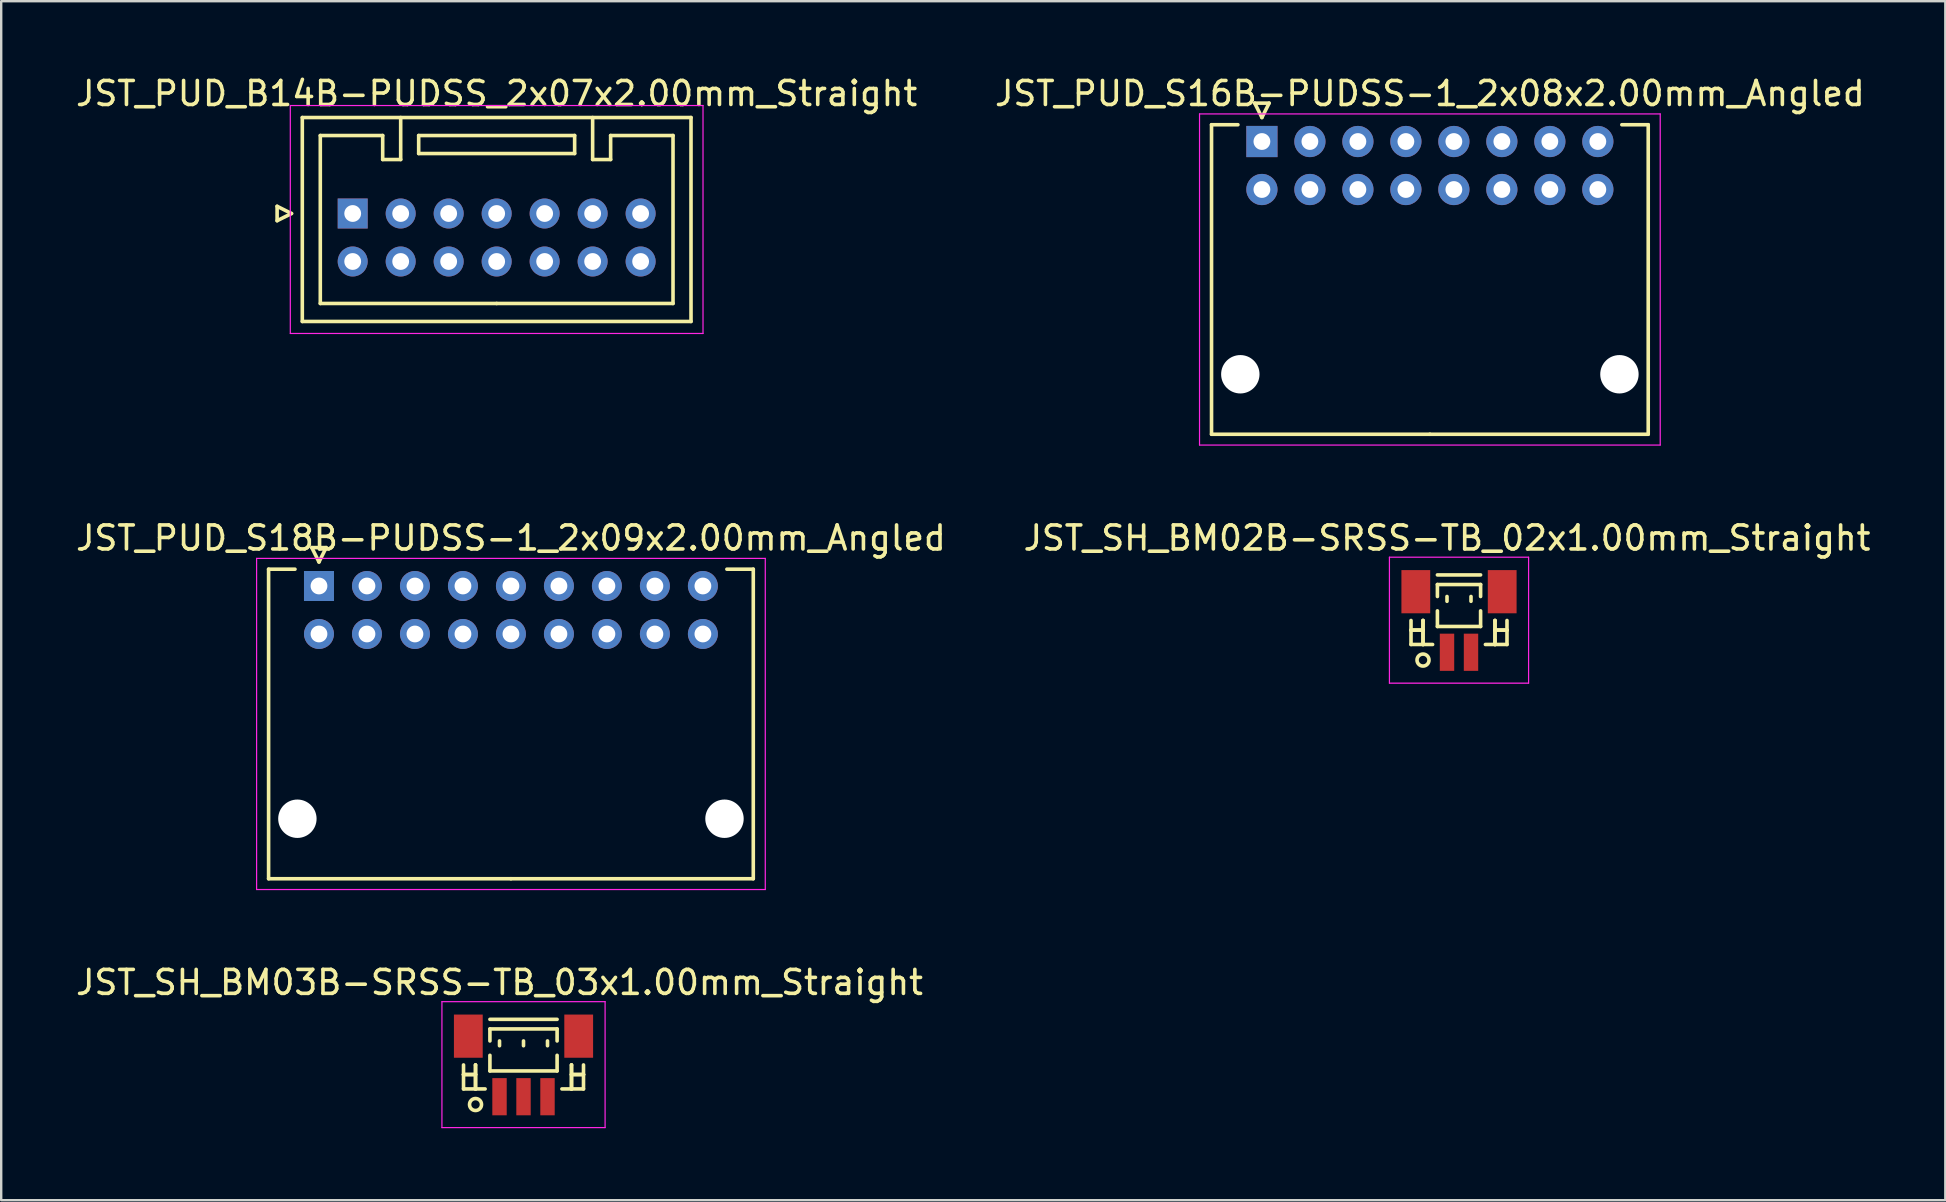
<source format=kicad_pcb>
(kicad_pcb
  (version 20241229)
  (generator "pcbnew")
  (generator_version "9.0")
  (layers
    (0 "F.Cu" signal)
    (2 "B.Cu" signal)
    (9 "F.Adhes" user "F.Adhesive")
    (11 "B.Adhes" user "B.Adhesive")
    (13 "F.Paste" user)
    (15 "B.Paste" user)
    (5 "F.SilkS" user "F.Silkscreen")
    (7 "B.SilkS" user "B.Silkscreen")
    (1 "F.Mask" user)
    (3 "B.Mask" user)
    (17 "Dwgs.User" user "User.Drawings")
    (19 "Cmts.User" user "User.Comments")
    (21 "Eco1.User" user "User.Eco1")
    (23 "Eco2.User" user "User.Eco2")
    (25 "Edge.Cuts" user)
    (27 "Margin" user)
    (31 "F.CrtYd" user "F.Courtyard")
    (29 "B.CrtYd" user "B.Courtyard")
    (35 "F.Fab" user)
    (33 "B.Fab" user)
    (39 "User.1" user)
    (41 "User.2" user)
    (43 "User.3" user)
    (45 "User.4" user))
  (footprint "JST_SH_BM03B-SRSS-TB_03x1.00mm_Straight"
    (layer "F.Cu")
    (at 18.768 41.395)
    (property "Reference" "JST_SH_BM03B-SRSS-TB_03x1.00mm_Straight" (at -1 -3.5 0) (layer "F.SilkS") (effects (font (size 1 1) (thickness 0.15))))
    (attr smd)
    (fp_line (start -2.5 -0.062) (end -2.5 0.938) (stroke (width 0.15) (type solid)) (layer "F.SilkS"))
    (fp_line (start -2.5 0.338) (end -2.5 0.338) (stroke (width 0.15) (type solid)) (layer "F.SilkS"))
    (fp_line (start -2.5 0.338) (end -2 0.338) (stroke (width 0.15) (type solid)) (layer "F.SilkS"))
    (fp_line (start -2.5 0.938) (end -1.6 0.938) (stroke (width 0.15) (type solid)) (layer "F.SilkS"))
    (fp_line (start -2 -0.062) (end -2 -0.062) (stroke (width 0.15) (type solid)) (layer "F.SilkS"))
    (fp_line (start -2 -0.062) (end -2 0.938) (stroke (width 0.15) (type solid)) (layer "F.SilkS"))
    (fp_line (start -2 0.338) (end -2.5 0.338) (stroke (width 0.15) (type solid)) (layer "F.SilkS"))
    (fp_line (start -2 0.338) (end -2 0.338) (stroke (width 0.15) (type solid)) (layer "F.SilkS"))
    (fp_line (start -2 0.938) (end -2 -0.062) (stroke (width 0.15) (type solid)) (layer "F.SilkS"))
    (fp_line (start -2 0.938) (end -2 0.938) (stroke (width 0.15) (type solid)) (layer "F.SilkS"))
    (fp_line (start -1.4 -1.962) (end 1.4 -1.962) (stroke (width 0.15) (type solid)) (layer "F.SilkS"))
    (fp_line (start -1.4 -1.562) (end 1.4 -1.562) (stroke (width 0.15) (type solid)) (layer "F.SilkS"))
    (fp_line (start -1.4 -1.062) (end -1.4 -1.562) (stroke (width 0.15) (type solid)) (layer "F.SilkS"))
    (fp_line (start -1.4 -0.463) (end -1.4 0.188) (stroke (width 0.15) (type solid)) (layer "F.SilkS"))
    (fp_line (start -1.4 0.188) (end 1.4 0.188) (stroke (width 0.15) (type solid)) (layer "F.SilkS"))
    (fp_line (start -1 -1.062) (end -1 -0.863) (stroke (width 0.15) (type solid)) (layer "F.SilkS"))
    (fp_line (start 0 -1.062) (end 0 -0.863) (stroke (width 0.15) (type solid)) (layer "F.SilkS"))
    (fp_line (start 1 -1.062) (end 1 -0.863) (stroke (width 0.15) (type solid)) (layer "F.SilkS"))
    (fp_line (start 1.4 -1.562) (end 1.4 -1.062) (stroke (width 0.15) (type solid)) (layer "F.SilkS"))
    (fp_line (start 1.4 0.188) (end 1.4 -0.463) (stroke (width 0.15) (type solid)) (layer "F.SilkS"))
    (fp_line (start 2 -0.062) (end 2 -0.062) (stroke (width 0.15) (type solid)) (layer "F.SilkS"))
    (fp_line (start 2 -0.062) (end 2 0.938) (stroke (width 0.15) (type solid)) (layer "F.SilkS"))
    (fp_line (start 2 0.338) (end 2 0.338) (stroke (width 0.15) (type solid)) (layer "F.SilkS"))
    (fp_line (start 2 0.338) (end 2.5 0.338) (stroke (width 0.15) (type solid)) (layer "F.SilkS"))
    (fp_line (start 2 0.938) (end 2 -0.062) (stroke (width 0.15) (type solid)) (layer "F.SilkS"))
    (fp_line (start 2 0.938) (end 2 0.938) (stroke (width 0.15) (type solid)) (layer "F.SilkS"))
    (fp_line (start 2.5 -0.062) (end 2.5 0.938) (stroke (width 0.15) (type solid)) (layer "F.SilkS"))
    (fp_line (start 2.5 0.338) (end 2 0.338) (stroke (width 0.15) (type solid)) (layer "F.SilkS"))
    (fp_line (start 2.5 0.338) (end 2.5 0.338) (stroke (width 0.15) (type solid)) (layer "F.SilkS"))
    (fp_line (start 2.5 0.938) (end 1.6 0.938) (stroke (width 0.15) (type solid)) (layer "F.SilkS"))
    (fp_circle (center -2 1.587) (end -1.75 1.587) (stroke (width 0.15) (type solid)) (fill no) (layer "F.SilkS"))
    (fp_line (start -3.4 -2.7) (end 3.4 -2.7) (stroke (width 0.05) (type solid)) (layer "F.CrtYd"))
    (fp_line (start -3.4 2.55) (end -3.4 -2.7) (stroke (width 0.05) (type solid)) (layer "F.CrtYd"))
    (fp_line (start 3.4 -2.7) (end 3.4 2.55) (stroke (width 0.05) (type solid)) (layer "F.CrtYd"))
    (fp_line (start 3.4 2.55) (end -3.4 2.55) (stroke (width 0.05) (type solid)) (layer "F.CrtYd"))
    (pad "" smd rect (at -2.3 -1.262) (size 1.2 1.8) (layers "F.Cu" "F.Mask" "F.Paste"))
    (pad "" smd rect (at 2.3 -1.262) (size 1.2 1.8) (layers "F.Cu" "F.Mask" "F.Paste"))
    (pad "1" smd rect (at -1 1.262) (size 0.6 1.55) (layers "F.Cu" "F.Mask" "F.Paste"))
    (pad "2" smd rect (at 0 1.262) (size 0.6 1.55) (layers "F.Cu" "F.Mask" "F.Paste"))
    (pad "3" smd rect (at 1 1.262) (size 0.6 1.55) (layers "F.Cu" "F.Mask" "F.Paste")))
  (footprint "JST_PUD_B14B-PUDSS_2x07x2.00mm_Straight"
    (layer "F.Cu")
    (at 11.649 5.848)
    (property "Reference" "JST_PUD_B14B-PUDSS_2x07x2.00mm_Straight" (at 6 -5 0) (layer "F.SilkS") (effects (font (size 1 1) (thickness 0.15))))
    (attr through_hole)
    (fp_line (start -3.15 -0.3) (end -3.15 0.3) (stroke (width 0.15) (type solid)) (layer "F.SilkS"))
    (fp_line (start -3.15 0.3) (end -2.55 0) (stroke (width 0.15) (type solid)) (layer "F.SilkS"))
    (fp_line (start -2.55 0) (end -3.15 -0.3) (stroke (width 0.15) (type solid)) (layer "F.SilkS"))
    (fp_line (start -2.1 -4) (end -2.1 4.5) (stroke (width 0.15) (type solid)) (layer "F.SilkS"))
    (fp_line (start -2.1 4.5) (end 14.1 4.5) (stroke (width 0.15) (type solid)) (layer "F.SilkS"))
    (fp_line (start -1.35 -3.25) (end -1.35 3.75) (stroke (width 0.15) (type solid)) (layer "F.SilkS"))
    (fp_line (start -1.35 3.75) (end 6 3.75) (stroke (width 0.15) (type solid)) (layer "F.SilkS"))
    (fp_line (start 1.25 -3.25) (end -1.35 -3.25) (stroke (width 0.15) (type solid)) (layer "F.SilkS"))
    (fp_line (start 1.25 -2.25) (end 1.25 -3.25) (stroke (width 0.15) (type solid)) (layer "F.SilkS"))
    (fp_line (start 2 -4) (end 2 -2.25) (stroke (width 0.15) (type solid)) (layer "F.SilkS"))
    (fp_line (start 2 -2.25) (end 1.25 -2.25) (stroke (width 0.15) (type solid)) (layer "F.SilkS"))
    (fp_line (start 2.75 -3.25) (end 2.75 -2.5) (stroke (width 0.15) (type solid)) (layer "F.SilkS"))
    (fp_line (start 2.75 -2.5) (end 9.25 -2.5) (stroke (width 0.15) (type solid)) (layer "F.SilkS"))
    (fp_line (start 9.25 -3.25) (end 2.75 -3.25) (stroke (width 0.15) (type solid)) (layer "F.SilkS"))
    (fp_line (start 9.25 -2.5) (end 9.25 -3.25) (stroke (width 0.15) (type solid)) (layer "F.SilkS"))
    (fp_line (start 10 -4) (end 10 -2.25) (stroke (width 0.15) (type solid)) (layer "F.SilkS"))
    (fp_line (start 10 -2.25) (end 10.75 -2.25) (stroke (width 0.15) (type solid)) (layer "F.SilkS"))
    (fp_line (start 10.75 -3.25) (end 13.35 -3.25) (stroke (width 0.15) (type solid)) (layer "F.SilkS"))
    (fp_line (start 10.75 -2.25) (end 10.75 -3.25) (stroke (width 0.15) (type solid)) (layer "F.SilkS"))
    (fp_line (start 13.35 -3.25) (end 13.35 3.75) (stroke (width 0.15) (type solid)) (layer "F.SilkS"))
    (fp_line (start 13.35 3.75) (end 6 3.75) (stroke (width 0.15) (type solid)) (layer "F.SilkS"))
    (fp_line (start 14.1 -4) (end -2.1 -4) (stroke (width 0.15) (type solid)) (layer "F.SilkS"))
    (fp_line (start 14.1 4.5) (end 14.1 -4) (stroke (width 0.15) (type solid)) (layer "F.SilkS"))
    (fp_line (start -2.6 -4.5) (end -2.6 5) (stroke (width 0.05) (type solid)) (layer "F.CrtYd"))
    (fp_line (start -2.6 5) (end 14.6 5) (stroke (width 0.05) (type solid)) (layer "F.CrtYd"))
    (fp_line (start 14.6 -4.5) (end -2.6 -4.5) (stroke (width 0.05) (type solid)) (layer "F.CrtYd"))
    (fp_line (start 14.6 5) (end 14.6 -4.5) (stroke (width 0.05) (type solid)) (layer "F.CrtYd"))
    (pad "1" thru_hole rect (at 0 0) (size 1.25 1.25) (drill 0.7) (layers "*.Cu" "*.Mask"))
    (pad "2" thru_hole circle (at 0 2) (size 1.25 1.25) (drill 0.7) (layers "*.Cu" "*.Mask"))
    (pad "3" thru_hole circle (at 2 0) (size 1.25 1.25) (drill 0.7) (layers "*.Cu" "*.Mask"))
    (pad "4" thru_hole circle (at 2 2) (size 1.25 1.25) (drill 0.7) (layers "*.Cu" "*.Mask"))
    (pad "5" thru_hole circle (at 4 0) (size 1.25 1.25) (drill 0.7) (layers "*.Cu" "*.Mask"))
    (pad "6" thru_hole circle (at 4 2) (size 1.25 1.25) (drill 0.7) (layers "*.Cu" "*.Mask"))
    (pad "7" thru_hole circle (at 6 0) (size 1.25 1.25) (drill 0.7) (layers "*.Cu" "*.Mask"))
    (pad "8" thru_hole circle (at 6 2) (size 1.25 1.25) (drill 0.7) (layers "*.Cu" "*.Mask"))
    (pad "9" thru_hole circle (at 8 0) (size 1.25 1.25) (drill 0.7) (layers "*.Cu" "*.Mask"))
    (pad "10" thru_hole circle (at 8 2) (size 1.25 1.25) (drill 0.7) (layers "*.Cu" "*.Mask"))
    (pad "11" thru_hole circle (at 10 0) (size 1.25 1.25) (drill 0.7) (layers "*.Cu" "*.Mask"))
    (pad "12" thru_hole circle (at 10 2) (size 1.25 1.25) (drill 0.7) (layers "*.Cu" "*.Mask"))
    (pad "13" thru_hole circle (at 12 0) (size 1.25 1.25) (drill 0.7) (layers "*.Cu" "*.Mask"))
    (pad "14" thru_hole circle (at 12 2) (size 1.25 1.25) (drill 0.7) (layers "*.Cu" "*.Mask")))
  (footprint "JST_PUD_S18B-PUDSS-1_2x09x2.00mm_Angled"
    (layer "F.Cu")
    (at 10.244 21.372)
    (property "Reference" "JST_PUD_S18B-PUDSS-1_2x09x2.00mm_Angled" (at 8 -2 0) (layer "F.SilkS") (effects (font (size 1 1) (thickness 0.15))))
    (attr through_hole)
    (fp_line (start -2.1 -0.7) (end -2.1 12.2) (stroke (width 0.15) (type solid)) (layer "F.SilkS"))
    (fp_line (start -2.1 12.2) (end 8 12.2) (stroke (width 0.15) (type solid)) (layer "F.SilkS"))
    (fp_line (start -1 -0.7) (end -2.1 -0.7) (stroke (width 0.15) (type solid)) (layer "F.SilkS"))
    (fp_line (start -0.3 -1.6) (end 0.3 -1.6) (stroke (width 0.15) (type solid)) (layer "F.SilkS"))
    (fp_line (start 0 -1) (end -0.3 -1.6) (stroke (width 0.15) (type solid)) (layer "F.SilkS"))
    (fp_line (start 0.3 -1.6) (end 0 -1) (stroke (width 0.15) (type solid)) (layer "F.SilkS"))
    (fp_line (start 17 -0.7) (end 18.1 -0.7) (stroke (width 0.15) (type solid)) (layer "F.SilkS"))
    (fp_line (start 18.1 -0.7) (end 18.1 12.2) (stroke (width 0.15) (type solid)) (layer "F.SilkS"))
    (fp_line (start 18.1 12.2) (end 8 12.2) (stroke (width 0.15) (type solid)) (layer "F.SilkS"))
    (fp_line (start -2.6 -1.15) (end -2.6 12.65) (stroke (width 0.05) (type solid)) (layer "F.CrtYd"))
    (fp_line (start -2.6 12.65) (end 18.6 12.65) (stroke (width 0.05) (type solid)) (layer "F.CrtYd"))
    (fp_line (start 18.6 -1.15) (end -2.6 -1.15) (stroke (width 0.05) (type solid)) (layer "F.CrtYd"))
    (fp_line (start 18.6 12.65) (end 18.6 -1.15) (stroke (width 0.05) (type solid)) (layer "F.CrtYd"))
    (pad "" np_thru_hole circle (at -0.9 9.7) (size 1.6 1.6) (drill 1.6) (layers "*.Cu"))
    (pad "" np_thru_hole circle (at 16.9 9.7) (size 1.6 1.6) (drill 1.6) (layers "*.Cu"))
    (pad "1" thru_hole rect (at 0 0) (size 1.25 1.25) (drill 0.7) (layers "*.Cu" "*.Mask"))
    (pad "2" thru_hole circle (at 0 2) (size 1.25 1.25) (drill 0.7) (layers "*.Cu" "*.Mask"))
    (pad "3" thru_hole circle (at 2 0) (size 1.25 1.25) (drill 0.7) (layers "*.Cu" "*.Mask"))
    (pad "4" thru_hole circle (at 2 2) (size 1.25 1.25) (drill 0.7) (layers "*.Cu" "*.Mask"))
    (pad "5" thru_hole circle (at 4 0) (size 1.25 1.25) (drill 0.7) (layers "*.Cu" "*.Mask"))
    (pad "6" thru_hole circle (at 4 2) (size 1.25 1.25) (drill 0.7) (layers "*.Cu" "*.Mask"))
    (pad "7" thru_hole circle (at 6 0) (size 1.25 1.25) (drill 0.7) (layers "*.Cu" "*.Mask"))
    (pad "8" thru_hole circle (at 6 2) (size 1.25 1.25) (drill 0.7) (layers "*.Cu" "*.Mask"))
    (pad "9" thru_hole circle (at 8 0) (size 1.25 1.25) (drill 0.7) (layers "*.Cu" "*.Mask"))
    (pad "10" thru_hole circle (at 8 2) (size 1.25 1.25) (drill 0.7) (layers "*.Cu" "*.Mask"))
    (pad "11" thru_hole circle (at 10 0) (size 1.25 1.25) (drill 0.7) (layers "*.Cu" "*.Mask"))
    (pad "12" thru_hole circle (at 10 2) (size 1.25 1.25) (drill 0.7) (layers "*.Cu" "*.Mask"))
    (pad "13" thru_hole circle (at 12 0) (size 1.25 1.25) (drill 0.7) (layers "*.Cu" "*.Mask"))
    (pad "14" thru_hole circle (at 12 2) (size 1.25 1.25) (drill 0.7) (layers "*.Cu" "*.Mask"))
    (pad "15" thru_hole circle (at 14 0) (size 1.25 1.25) (drill 0.7) (layers "*.Cu" "*.Mask"))
    (pad "16" thru_hole circle (at 14 2) (size 1.25 1.25) (drill 0.7) (layers "*.Cu" "*.Mask"))
    (pad "17" thru_hole circle (at 16 0) (size 1.25 1.25) (drill 0.7) (layers "*.Cu" "*.Mask"))
    (pad "18" thru_hole circle (at 16 2) (size 1.25 1.25) (drill 0.7) (layers "*.Cu" "*.Mask")))
  (footprint "JST_SH_BM02B-SRSS-TB_02x1.00mm_Straight"
    (layer "F.Cu")
    (at 57.756 22.872)
    (property "Reference" "JST_SH_BM02B-SRSS-TB_02x1.00mm_Straight" (at -0.5 -3.5 0) (layer "F.SilkS") (effects (font (size 1 1) (thickness 0.15))))
    (attr smd)
    (fp_line (start -2 -0.062) (end -2 0.938) (stroke (width 0.15) (type solid)) (layer "F.SilkS"))
    (fp_line (start -2 0.338) (end -2 0.338) (stroke (width 0.15) (type solid)) (layer "F.SilkS"))
    (fp_line (start -2 0.338) (end -1.5 0.338) (stroke (width 0.15) (type solid)) (layer "F.SilkS"))
    (fp_line (start -2 0.938) (end -1.1 0.938) (stroke (width 0.15) (type solid)) (layer "F.SilkS"))
    (fp_line (start -1.5 -0.062) (end -1.5 -0.062) (stroke (width 0.15) (type solid)) (layer "F.SilkS"))
    (fp_line (start -1.5 -0.062) (end -1.5 0.938) (stroke (width 0.15) (type solid)) (layer "F.SilkS"))
    (fp_line (start -1.5 0.338) (end -2 0.338) (stroke (width 0.15) (type solid)) (layer "F.SilkS"))
    (fp_line (start -1.5 0.338) (end -1.5 0.338) (stroke (width 0.15) (type solid)) (layer "F.SilkS"))
    (fp_line (start -1.5 0.938) (end -1.5 -0.062) (stroke (width 0.15) (type solid)) (layer "F.SilkS"))
    (fp_line (start -1.5 0.938) (end -1.5 0.938) (stroke (width 0.15) (type solid)) (layer "F.SilkS"))
    (fp_line (start -0.9 -1.962) (end 0.9 -1.962) (stroke (width 0.15) (type solid)) (layer "F.SilkS"))
    (fp_line (start -0.9 -1.562) (end 0.9 -1.562) (stroke (width 0.15) (type solid)) (layer "F.SilkS"))
    (fp_line (start -0.9 -1.062) (end -0.9 -1.562) (stroke (width 0.15) (type solid)) (layer "F.SilkS"))
    (fp_line (start -0.9 -0.463) (end -0.9 0.188) (stroke (width 0.15) (type solid)) (layer "F.SilkS"))
    (fp_line (start -0.9 0.188) (end 0.9 0.188) (stroke (width 0.15) (type solid)) (layer "F.SilkS"))
    (fp_line (start -0.5 -1.062) (end -0.5 -0.863) (stroke (width 0.15) (type solid)) (layer "F.SilkS"))
    (fp_line (start 0.5 -1.062) (end 0.5 -0.863) (stroke (width 0.15) (type solid)) (layer "F.SilkS"))
    (fp_line (start 0.9 -1.562) (end 0.9 -1.062) (stroke (width 0.15) (type solid)) (layer "F.SilkS"))
    (fp_line (start 0.9 0.188) (end 0.9 -0.463) (stroke (width 0.15) (type solid)) (layer "F.SilkS"))
    (fp_line (start 1.5 -0.062) (end 1.5 -0.062) (stroke (width 0.15) (type solid)) (layer "F.SilkS"))
    (fp_line (start 1.5 -0.062) (end 1.5 0.938) (stroke (width 0.15) (type solid)) (layer "F.SilkS"))
    (fp_line (start 1.5 0.338) (end 1.5 0.338) (stroke (width 0.15) (type solid)) (layer "F.SilkS"))
    (fp_line (start 1.5 0.338) (end 2 0.338) (stroke (width 0.15) (type solid)) (layer "F.SilkS"))
    (fp_line (start 1.5 0.938) (end 1.5 -0.062) (stroke (width 0.15) (type solid)) (layer "F.SilkS"))
    (fp_line (start 1.5 0.938) (end 1.5 0.938) (stroke (width 0.15) (type solid)) (layer "F.SilkS"))
    (fp_line (start 2 -0.062) (end 2 0.938) (stroke (width 0.15) (type solid)) (layer "F.SilkS"))
    (fp_line (start 2 0.338) (end 1.5 0.338) (stroke (width 0.15) (type solid)) (layer "F.SilkS"))
    (fp_line (start 2 0.338) (end 2 0.338) (stroke (width 0.15) (type solid)) (layer "F.SilkS"))
    (fp_line (start 2 0.938) (end 1.1 0.938) (stroke (width 0.15) (type solid)) (layer "F.SilkS"))
    (fp_circle (center -1.5 1.587) (end -1.25 1.587) (stroke (width 0.15) (type solid)) (fill no) (layer "F.SilkS"))
    (fp_line (start -2.9 -2.7) (end 2.9 -2.7) (stroke (width 0.05) (type solid)) (layer "F.CrtYd"))
    (fp_line (start -2.9 2.55) (end -2.9 -2.7) (stroke (width 0.05) (type solid)) (layer "F.CrtYd"))
    (fp_line (start 2.9 -2.7) (end 2.9 2.55) (stroke (width 0.05) (type solid)) (layer "F.CrtYd"))
    (fp_line (start 2.9 2.55) (end -2.9 2.55) (stroke (width 0.05) (type solid)) (layer "F.CrtYd"))
    (pad "" smd rect (at -1.8 -1.262) (size 1.2 1.8) (layers "F.Cu" "F.Mask" "F.Paste"))
    (pad "" smd rect (at 1.8 -1.262) (size 1.2 1.8) (layers "F.Cu" "F.Mask" "F.Paste"))
    (pad "1" smd rect (at -0.5 1.262) (size 0.6 1.55) (layers "F.Cu" "F.Mask" "F.Paste"))
    (pad "2" smd rect (at 0.5 1.262) (size 0.6 1.55) (layers "F.Cu" "F.Mask" "F.Paste")))
  (footprint "JST_PUD_S16B-PUDSS-1_2x08x2.00mm_Angled"
    (layer "F.Cu")
    (at 49.542 2.848)
    (property "Reference" "JST_PUD_S16B-PUDSS-1_2x08x2.00mm_Angled" (at 7 -2 0) (layer "F.SilkS") (effects (font (size 1 1) (thickness 0.15))))
    (attr through_hole)
    (fp_line (start -2.1 -0.7) (end -2.1 12.2) (stroke (width 0.15) (type solid)) (layer "F.SilkS"))
    (fp_line (start -2.1 12.2) (end 7 12.2) (stroke (width 0.15) (type solid)) (layer "F.SilkS"))
    (fp_line (start -1 -0.7) (end -2.1 -0.7) (stroke (width 0.15) (type solid)) (layer "F.SilkS"))
    (fp_line (start -0.3 -1.6) (end 0.3 -1.6) (stroke (width 0.15) (type solid)) (layer "F.SilkS"))
    (fp_line (start 0 -1) (end -0.3 -1.6) (stroke (width 0.15) (type solid)) (layer "F.SilkS"))
    (fp_line (start 0.3 -1.6) (end 0 -1) (stroke (width 0.15) (type solid)) (layer "F.SilkS"))
    (fp_line (start 15 -0.7) (end 16.1 -0.7) (stroke (width 0.15) (type solid)) (layer "F.SilkS"))
    (fp_line (start 16.1 -0.7) (end 16.1 12.2) (stroke (width 0.15) (type solid)) (layer "F.SilkS"))
    (fp_line (start 16.1 12.2) (end 7 12.2) (stroke (width 0.15) (type solid)) (layer "F.SilkS"))
    (fp_line (start -2.6 -1.15) (end -2.6 12.65) (stroke (width 0.05) (type solid)) (layer "F.CrtYd"))
    (fp_line (start -2.6 12.65) (end 16.6 12.65) (stroke (width 0.05) (type solid)) (layer "F.CrtYd"))
    (fp_line (start 16.6 -1.15) (end -2.6 -1.15) (stroke (width 0.05) (type solid)) (layer "F.CrtYd"))
    (fp_line (start 16.6 12.65) (end 16.6 -1.15) (stroke (width 0.05) (type solid)) (layer "F.CrtYd"))
    (pad "" np_thru_hole circle (at -0.9 9.7) (size 1.6 1.6) (drill 1.6) (layers "*.Cu"))
    (pad "" np_thru_hole circle (at 14.9 9.7) (size 1.6 1.6) (drill 1.6) (layers "*.Cu"))
    (pad "1" thru_hole rect (at 0 0) (size 1.3 1.3) (drill 0.7) (layers "*.Cu" "*.Mask"))
    (pad "2" thru_hole circle (at 0 2) (size 1.3 1.3) (drill 0.7) (layers "*.Cu" "*.Mask"))
    (pad "3" thru_hole circle (at 2 0) (size 1.3 1.3) (drill 0.7) (layers "*.Cu" "*.Mask"))
    (pad "4" thru_hole circle (at 2 2) (size 1.3 1.3) (drill 0.7) (layers "*.Cu" "*.Mask"))
    (pad "5" thru_hole circle (at 4 0) (size 1.3 1.3) (drill 0.7) (layers "*.Cu" "*.Mask"))
    (pad "6" thru_hole circle (at 4 2) (size 1.3 1.3) (drill 0.7) (layers "*.Cu" "*.Mask"))
    (pad "7" thru_hole circle (at 6 0) (size 1.3 1.3) (drill 0.7) (layers "*.Cu" "*.Mask"))
    (pad "8" thru_hole circle (at 6 2) (size 1.3 1.3) (drill 0.7) (layers "*.Cu" "*.Mask"))
    (pad "9" thru_hole circle (at 8 0) (size 1.3 1.3) (drill 0.7) (layers "*.Cu" "*.Mask"))
    (pad "10" thru_hole circle (at 8 2) (size 1.3 1.3) (drill 0.7) (layers "*.Cu" "*.Mask"))
    (pad "11" thru_hole circle (at 10 0) (size 1.3 1.3) (drill 0.7) (layers "*.Cu" "*.Mask"))
    (pad "12" thru_hole circle (at 10 2) (size 1.3 1.3) (drill 0.7) (layers "*.Cu" "*.Mask"))
    (pad "13" thru_hole circle (at 12 0) (size 1.3 1.3) (drill 0.7) (layers "*.Cu" "*.Mask"))
    (pad "14" thru_hole circle (at 12 2) (size 1.3 1.3) (drill 0.7) (layers "*.Cu" "*.Mask"))
    (pad "15" thru_hole circle (at 14 0) (size 1.3 1.3) (drill 0.7) (layers "*.Cu" "*.Mask"))
    (pad "16" thru_hole circle (at 14 2) (size 1.3 1.3) (drill 0.7) (layers "*.Cu" "*.Mask")))
  (gr_rect
    (start -3 -3)
    (end 78.024 46.97)
    (stroke (width 0.1) (type default))
    (fill no)
    (layer "Edge.Cuts")))
</source>
